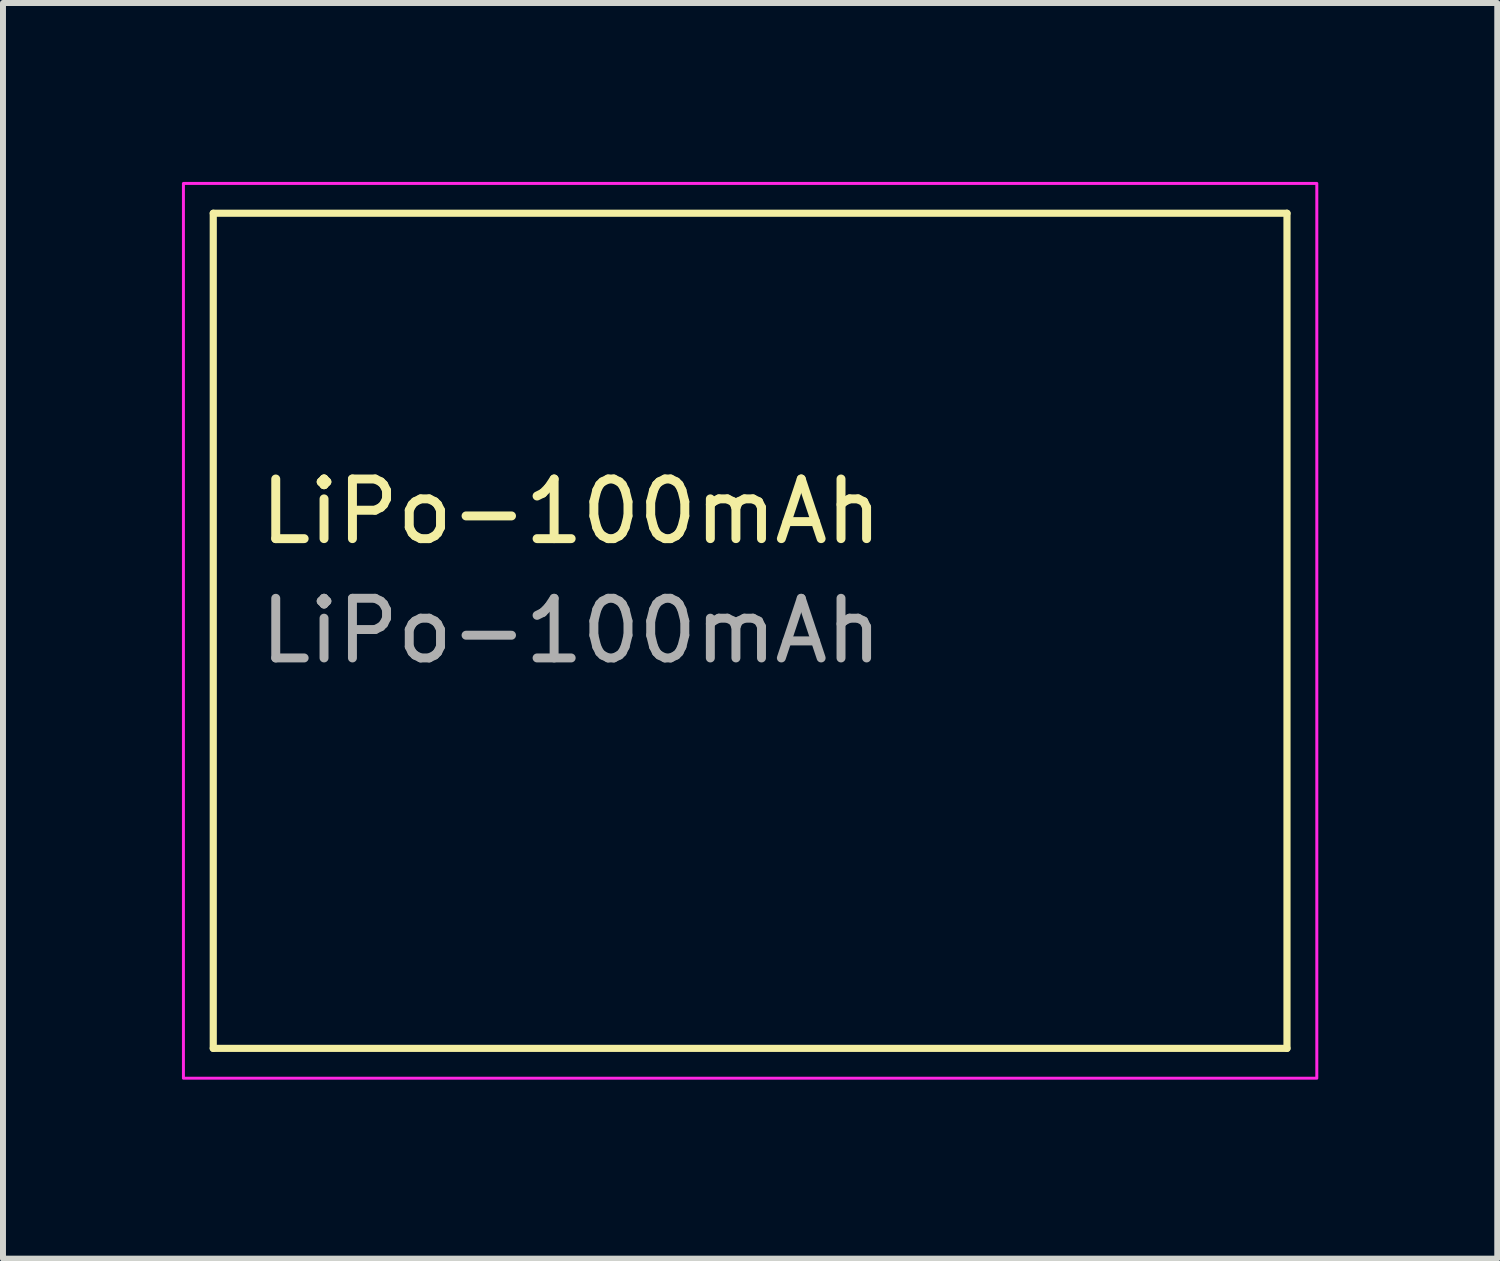
<source format=kicad_pcb>
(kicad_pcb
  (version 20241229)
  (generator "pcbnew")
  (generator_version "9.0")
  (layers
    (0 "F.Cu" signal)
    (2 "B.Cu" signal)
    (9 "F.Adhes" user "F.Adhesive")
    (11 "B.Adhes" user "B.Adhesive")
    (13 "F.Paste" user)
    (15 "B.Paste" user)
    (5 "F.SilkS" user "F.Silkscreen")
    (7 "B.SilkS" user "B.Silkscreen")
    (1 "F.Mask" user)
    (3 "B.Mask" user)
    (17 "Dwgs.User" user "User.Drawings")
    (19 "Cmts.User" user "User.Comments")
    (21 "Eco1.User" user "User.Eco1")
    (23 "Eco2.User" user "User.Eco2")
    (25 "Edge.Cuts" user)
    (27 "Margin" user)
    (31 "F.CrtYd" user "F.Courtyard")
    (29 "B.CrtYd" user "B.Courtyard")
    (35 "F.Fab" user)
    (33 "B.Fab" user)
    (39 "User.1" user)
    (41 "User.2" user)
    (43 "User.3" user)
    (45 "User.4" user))
  (footprint "LiPo-100mAh"
    (layer "F.Cu")
    (at 0.525 0.525)
    (property "Reference" "LiPo-100mAh" (at 6 5 0) (unlocked yes) (layer "F.SilkS") (effects (font (size 1 1) (thickness 0.15))))
    (attr through_hole)
    (fp_line (start 0 0) (end 18 0) (stroke (width 0.12) (type solid)) (layer "F.SilkS"))
    (fp_line (start 0 14) (end 0 0) (stroke (width 0.12) (type solid)) (layer "F.SilkS"))
    (fp_line (start 18 0) (end 18 14) (stroke (width 0.12) (type solid)) (layer "F.SilkS"))
    (fp_line (start 18 14) (end 0 14) (stroke (width 0.12) (type solid)) (layer "F.SilkS"))
    (fp_rect (start -0.5 -0.5) (end 18.5 14.5) (stroke (width 0.05) (type solid)) (fill no) (layer "F.CrtYd"))
    (fp_text user "${REFERENCE}" (at 6 7 0) (unlocked yes) (layer "F.Fab") (effects (font (size 1 1) (thickness 0.15)))))
  (gr_rect
    (start -3 -3)
    (end 22.05 18.05)
    (stroke (width 0.1) (type default))
    (fill no)
    (layer "Edge.Cuts")))
</source>
